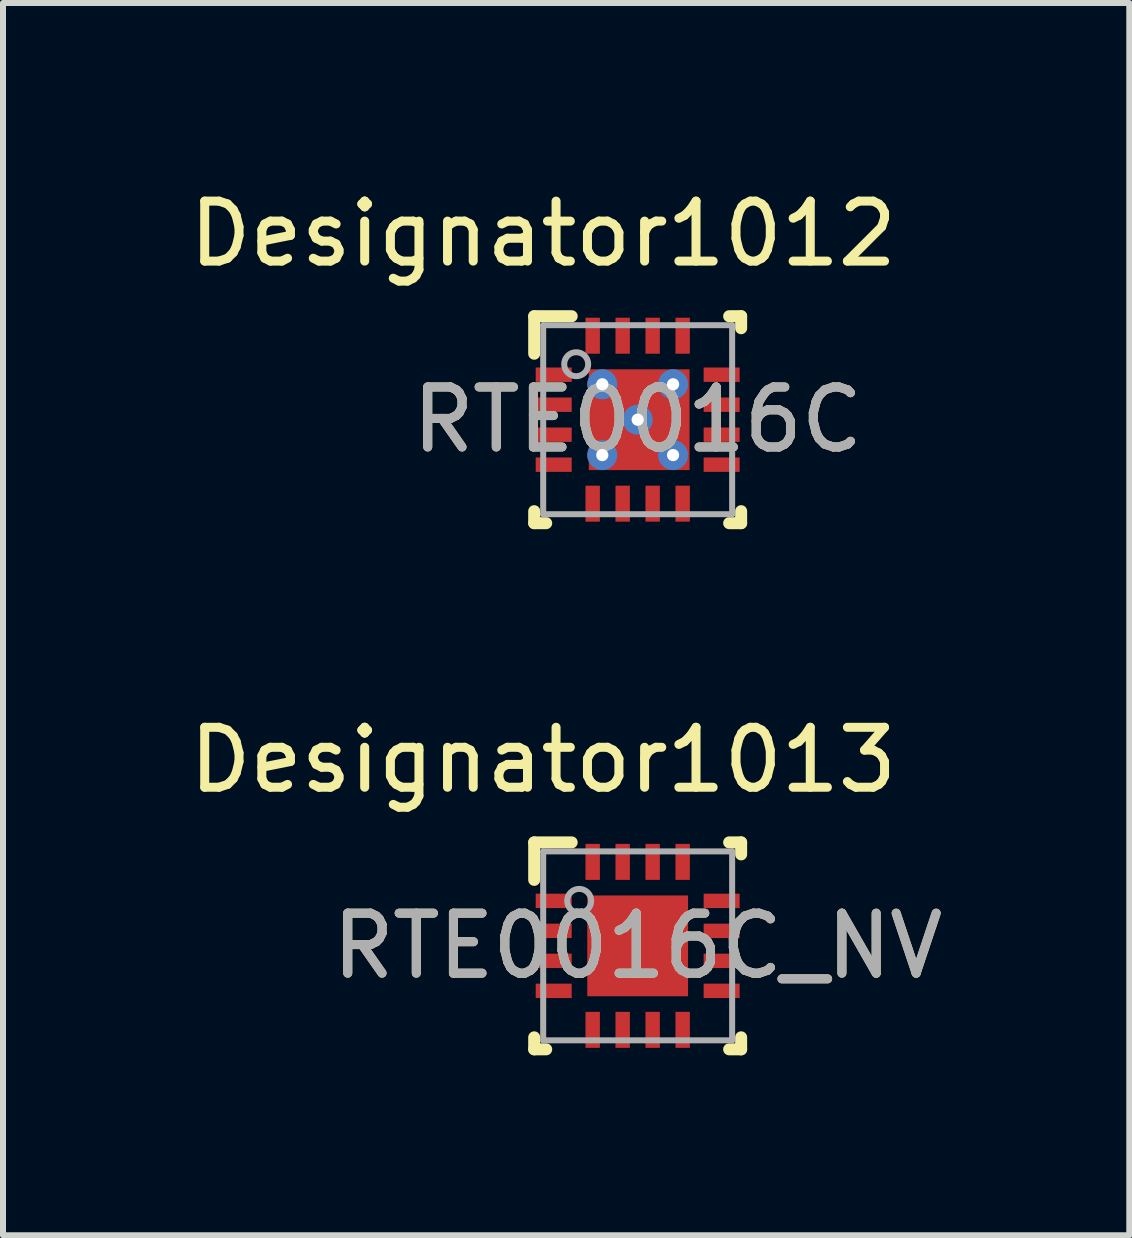
<source format=kicad_pcb>
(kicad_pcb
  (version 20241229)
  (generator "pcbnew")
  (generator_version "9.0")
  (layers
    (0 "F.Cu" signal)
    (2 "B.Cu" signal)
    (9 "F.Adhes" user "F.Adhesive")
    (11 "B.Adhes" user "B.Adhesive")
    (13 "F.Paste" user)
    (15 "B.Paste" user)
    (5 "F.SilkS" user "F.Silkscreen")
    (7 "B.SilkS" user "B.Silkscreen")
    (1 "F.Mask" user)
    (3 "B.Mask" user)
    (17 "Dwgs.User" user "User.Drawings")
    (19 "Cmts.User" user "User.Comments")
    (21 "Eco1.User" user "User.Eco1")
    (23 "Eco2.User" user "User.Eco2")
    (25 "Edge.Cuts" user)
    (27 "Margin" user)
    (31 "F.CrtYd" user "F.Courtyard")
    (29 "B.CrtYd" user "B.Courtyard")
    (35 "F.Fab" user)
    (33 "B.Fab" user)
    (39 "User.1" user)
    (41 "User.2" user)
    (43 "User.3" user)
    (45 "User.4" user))
  (footprint "RTE0016C"
    (layer "F.Cu")
    (at 7.581 3.947)
    (property "Reference" "RTE0016C" (at 0 0 0) (unlocked yes) (layer "F.SilkS") (effects (font (size 1 1) (thickness 0.15))))
    (attr smd)
    (fp_line (start -1.725 -1.725) (end -1.1 -1.725) (stroke (width 0.2) (type solid)) (layer "F.SilkS"))
    (fp_line (start -1.725 -1.1) (end -1.725 -1.725) (stroke (width 0.2) (type solid)) (layer "F.SilkS"))
    (fp_line (start -1.725 1.725) (end -1.725 1.525) (stroke (width 0.2) (type solid)) (layer "F.SilkS"))
    (fp_line (start -1.725 1.725) (end -1.525 1.725) (stroke (width 0.2) (type solid)) (layer "F.SilkS"))
    (fp_line (start 1.525 -1.725) (end 1.725 -1.725) (stroke (width 0.2) (type solid)) (layer "F.SilkS"))
    (fp_line (start 1.525 1.725) (end 1.725 1.725) (stroke (width 0.2) (type solid)) (layer "F.SilkS"))
    (fp_line (start 1.725 -1.525) (end 1.725 -1.725) (stroke (width 0.2) (type solid)) (layer "F.SilkS"))
    (fp_line (start 1.725 1.725) (end 1.725 1.525) (stroke (width 0.2) (type solid)) (layer "F.SilkS"))
    (fp_poly (pts (xy -0.775 0.728) (xy -0.775 -0.729) (xy -0.774 -0.738) (xy -0.771 -0.746) (xy -0.767 -0.754) (xy -0.761 -0.761) (xy -0.754 -0.767) (xy -0.746 -0.771) (xy -0.738 -0.774) (xy -0.729 -0.775) (xy 0.729 -0.775) (xy 0.738 -0.774) (xy 0.746 -0.771) (xy 0.754 -0.767) (xy 0.761 -0.761) (xy 0.767 -0.754) (xy 0.771 -0.746) (xy 0.774 -0.738) (xy 0.775 -0.729) (xy 0.775 0.728) (xy 0.774 0.738) (xy 0.771 0.746) (xy 0.767 0.754) (xy 0.761 0.761) (xy 0.754 0.767) (xy 0.746 0.771) (xy 0.738 0.774) (xy 0.729 0.775) (xy -0.729 0.775) (xy -0.738 0.774) (xy -0.746 0.771) (xy -0.754 0.767) (xy -0.761 0.761) (xy -0.767 0.754) (xy -0.771 0.746) (xy -0.774 0.738)) (stroke (width 0) (type solid)) (fill yes) (layer "F.Paste"))
    (fp_line (start -1.575 -1.575) (end 1.575 -1.575) (stroke (width 0.1) (type solid)) (layer "F.Fab"))
    (fp_line (start -1.575 1.575) (end -1.575 -1.575) (stroke (width 0.1) (type solid)) (layer "F.Fab"))
    (fp_line (start -1.575 1.575) (end 1.575 1.575) (stroke (width 0.1) (type solid)) (layer "F.Fab"))
    (fp_line (start 1.575 1.575) (end 1.575 -1.575) (stroke (width 0.1) (type solid)) (layer "F.Fab"))
    (fp_circle (center -1.025 -0.925) (end -0.825 -0.925) (stroke (width 0.1) (type solid)) (fill no) (layer "F.Fab"))
    (fp_text user "Designator1012" (at -1.575 -3.099 0) (unlocked yes) (layer "F.SilkS") (effects (font (size 1 1) (thickness 0.15))))
    (fp_text user "${REFERENCE}" (at 0 0 0) (unlocked yes) (layer "F.Fab") (effects (font (size 1 1) (thickness 0.15))))
    (pad "1" smd rect (at -1.4 -0.75 90) (size 0.24 0.6) (layers "F.Cu" "F.Mask" "F.Paste"))
    (pad "2" smd rect (at -1.4 -0.25 90) (size 0.24 0.6) (layers "F.Cu" "F.Mask" "F.Paste"))
    (pad "3" smd rect (at -1.4 0.25 90) (size 0.24 0.6) (layers "F.Cu" "F.Mask" "F.Paste"))
    (pad "4" smd rect (at -1.4 0.75 90) (size 0.24 0.6) (layers "F.Cu" "F.Mask" "F.Paste"))
    (pad "5" smd rect (at -0.75 1.4) (size 0.24 0.6) (layers "F.Cu" "F.Mask" "F.Paste"))
    (pad "6" smd rect (at -0.25 1.4) (size 0.24 0.6) (layers "F.Cu" "F.Mask" "F.Paste"))
    (pad "7" smd rect (at 0.25 1.4) (size 0.24 0.6) (layers "F.Cu" "F.Mask" "F.Paste"))
    (pad "8" smd rect (at 0.75 1.4) (size 0.24 0.6) (layers "F.Cu" "F.Mask" "F.Paste"))
    (pad "9" smd rect (at 1.4 0.75 90) (size 0.24 0.6) (layers "F.Cu" "F.Mask" "F.Paste"))
    (pad "10" smd rect (at 1.4 0.25 90) (size 0.24 0.6) (layers "F.Cu" "F.Mask" "F.Paste"))
    (pad "11" smd rect (at 1.4 -0.25 90) (size 0.24 0.6) (layers "F.Cu" "F.Mask" "F.Paste"))
    (pad "12" smd rect (at 1.4 -0.75 90) (size 0.24 0.6) (layers "F.Cu" "F.Mask" "F.Paste"))
    (pad "13" smd rect (at 0.75 -1.4) (size 0.24 0.6) (layers "F.Cu" "F.Mask" "F.Paste"))
    (pad "14" smd rect (at 0.25 -1.4) (size 0.24 0.6) (layers "F.Cu" "F.Mask" "F.Paste"))
    (pad "15" smd rect (at -0.25 -1.4) (size 0.24 0.6) (layers "F.Cu" "F.Mask" "F.Paste"))
    (pad "16" smd rect (at -0.75 -1.4) (size 0.24 0.6) (layers "F.Cu" "F.Mask" "F.Paste"))
    (pad "17" smd rect (at 0.025 -0.000003) (size 1.68 1.68) (layers "F.Cu" "F.Mask"))
    (pad "18" thru_hole circle (at 0.59 -0.59) (size 0.5 0.5) (drill 0.203) (layers "*.Cu" "*.Mask"))
    (pad "19" thru_hole circle (at 0.59 0.59) (size 0.5 0.5) (drill 0.203) (layers "*.Cu" "*.Mask"))
    (pad "20" thru_hole circle (at -0.59 0.59) (size 0.5 0.5) (drill 0.203) (layers "*.Cu" "*.Mask"))
    (pad "21" thru_hole circle (at -0.59 -0.59) (size 0.5 0.5) (drill 0.203) (layers "*.Cu" "*.Mask"))
    (pad "22" thru_hole circle (at 0 -0.000003) (size 0.5 0.5) (drill 0.203) (layers "*.Cu" "*.Mask")))
  (footprint "RTE0016C_NV"
    (layer "F.Cu")
    (at 7.581 12.719)
    (property "Reference" "RTE0016C_NV" (at 0 0 0) (unlocked yes) (layer "F.SilkS") (effects (font (size 1 1) (thickness 0.15))))
    (attr smd)
    (fp_line (start -1.725 -1.725) (end -1.1 -1.725) (stroke (width 0.2) (type solid)) (layer "F.SilkS"))
    (fp_line (start -1.725 -1.1) (end -1.725 -1.725) (stroke (width 0.2) (type solid)) (layer "F.SilkS"))
    (fp_line (start -1.725 1.725) (end -1.725 1.525) (stroke (width 0.2) (type solid)) (layer "F.SilkS"))
    (fp_line (start -1.725 1.725) (end -1.525 1.725) (stroke (width 0.2) (type solid)) (layer "F.SilkS"))
    (fp_line (start 1.525 -1.725) (end 1.725 -1.725) (stroke (width 0.2) (type solid)) (layer "F.SilkS"))
    (fp_line (start 1.525 1.725) (end 1.725 1.725) (stroke (width 0.2) (type solid)) (layer "F.SilkS"))
    (fp_line (start 1.725 -1.525) (end 1.725 -1.725) (stroke (width 0.2) (type solid)) (layer "F.SilkS"))
    (fp_line (start 1.725 1.725) (end 1.725 1.525) (stroke (width 0.2) (type solid)) (layer "F.SilkS"))
    (fp_poly (pts (xy -0.775 0.729) (xy -0.775 -0.729) (xy -0.774 -0.738) (xy -0.771 -0.746) (xy -0.767 -0.754) (xy -0.761 -0.761) (xy -0.754 -0.767) (xy -0.746 -0.771) (xy -0.738 -0.774) (xy -0.729 -0.775) (xy 0.729 -0.775) (xy 0.738 -0.774) (xy 0.746 -0.771) (xy 0.754 -0.767) (xy 0.761 -0.761) (xy 0.767 -0.754) (xy 0.771 -0.746) (xy 0.774 -0.738) (xy 0.775 -0.729) (xy 0.775 0.729) (xy 0.774 0.738) (xy 0.771 0.746) (xy 0.767 0.754) (xy 0.761 0.761) (xy 0.754 0.767) (xy 0.746 0.771) (xy 0.738 0.774) (xy 0.729 0.775) (xy -0.729 0.775) (xy -0.738 0.774) (xy -0.746 0.771) (xy -0.754 0.767) (xy -0.761 0.761) (xy -0.767 0.754) (xy -0.771 0.746) (xy -0.774 0.738)) (stroke (width 0) (type solid)) (fill yes) (layer "F.Paste"))
    (fp_line (start -1.575 -1.575) (end 1.575 -1.575) (stroke (width 0.1) (type solid)) (layer "F.Fab"))
    (fp_line (start -1.575 1.575) (end -1.575 -1.575) (stroke (width 0.1) (type solid)) (layer "F.Fab"))
    (fp_line (start -1.575 1.575) (end 1.575 1.575) (stroke (width 0.1) (type solid)) (layer "F.Fab"))
    (fp_line (start 1.575 1.575) (end 1.575 -1.575) (stroke (width 0.1) (type solid)) (layer "F.Fab"))
    (fp_circle (center -0.975 -0.75) (end -0.775 -0.75) (stroke (width 0.1) (type solid)) (fill no) (layer "F.Fab"))
    (fp_text user "Designator1013" (at -1.575 -3.099 0) (unlocked yes) (layer "F.SilkS") (effects (font (size 1 1) (thickness 0.15))))
    (fp_text user "${REFERENCE}" (at 0 0 0) (unlocked yes) (layer "F.Fab") (effects (font (size 1 1) (thickness 0.15))))
    (pad "1" smd rect (at -1.4 -0.75 90) (size 0.24 0.6) (layers "F.Cu" "F.Mask" "F.Paste"))
    (pad "2" smd rect (at -1.4 -0.25 90) (size 0.24 0.6) (layers "F.Cu" "F.Mask" "F.Paste"))
    (pad "3" smd rect (at -1.4 0.25 90) (size 0.24 0.6) (layers "F.Cu" "F.Mask" "F.Paste"))
    (pad "4" smd rect (at -1.4 0.75 90) (size 0.24 0.6) (layers "F.Cu" "F.Mask" "F.Paste"))
    (pad "5" smd rect (at -0.75 1.4) (size 0.24 0.6) (layers "F.Cu" "F.Mask" "F.Paste"))
    (pad "6" smd rect (at -0.25 1.4) (size 0.24 0.6) (layers "F.Cu" "F.Mask" "F.Paste"))
    (pad "7" smd rect (at 0.25 1.4) (size 0.24 0.6) (layers "F.Cu" "F.Mask" "F.Paste"))
    (pad "8" smd rect (at 0.75 1.4) (size 0.24 0.6) (layers "F.Cu" "F.Mask" "F.Paste"))
    (pad "9" smd rect (at 1.4 0.75 90) (size 0.24 0.6) (layers "F.Cu" "F.Mask" "F.Paste"))
    (pad "10" smd rect (at 1.4 0.25 90) (size 0.24 0.6) (layers "F.Cu" "F.Mask" "F.Paste"))
    (pad "11" smd rect (at 1.4 -0.25 90) (size 0.24 0.6) (layers "F.Cu" "F.Mask" "F.Paste"))
    (pad "12" smd rect (at 1.4 -0.75 90) (size 0.24 0.6) (layers "F.Cu" "F.Mask" "F.Paste"))
    (pad "13" smd rect (at 0.75 -1.4) (size 0.24 0.6) (layers "F.Cu" "F.Mask" "F.Paste"))
    (pad "14" smd rect (at 0.25 -1.4) (size 0.24 0.6) (layers "F.Cu" "F.Mask" "F.Paste"))
    (pad "15" smd rect (at -0.25 -1.4) (size 0.24 0.6) (layers "F.Cu" "F.Mask" "F.Paste"))
    (pad "16" smd rect (at -0.75 -1.4) (size 0.24 0.6) (layers "F.Cu" "F.Mask" "F.Paste"))
    (pad "17" smd rect (at 0.000003 0) (size 1.68 1.68) (layers "F.Cu" "F.Mask")))
  (gr_rect
    (start -3 -3)
    (end 15.777 17.544)
    (stroke (width 0.1) (type default))
    (fill no)
    (layer "Edge.Cuts")))
</source>
